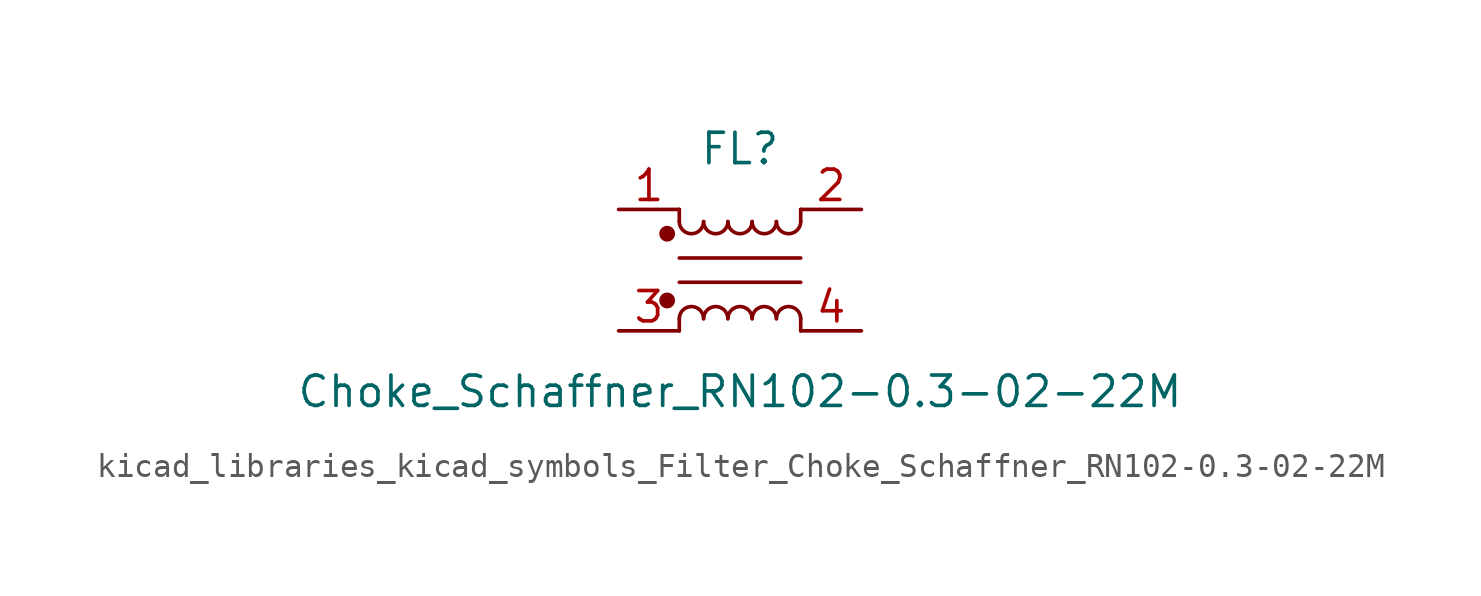
<source format=kicad_sym>
(kicad_symbol_lib
  (version 20220914)
  (generator kicad_symbol_editor)
  (symbol "kicad_libraries_kicad_symbols_Filter_Choke_Schaffner_RN102-0.3-02-22M"
    (pin_names hide)
    (property "Reference" "FL"
      (at 0 5.08 0)
      (effects (font (size 1.27 1.27))))
    (property "Value" "Choke_Schaffner_RN102-0.3-02-22M"
      (at 0 -5.08 0)
      (effects (font (size 1.27 1.27))))
    (symbol "kicad_libraries_kicad_symbols_Filter_Choke_Schaffner_RN102-0.3-02-22M_1_1"
      (circle (center -3.048 -1.27) (radius 0.254) (stroke (width 0) (type default)) (fill (type outline)))
      (circle (center -3.048 1.524) (radius 0.254) (stroke (width 0) (type default)) (fill (type outline)))
      (arc (start -2.54 2.032) (mid -2.032 1.5262) (end -1.524 2.032) (stroke (width 0) (type default)) (fill (type none)))
      (arc (start -1.524 -2.032) (mid -2.032 -1.5262) (end -2.54 -2.032) (stroke (width 0) (type default)) (fill (type none)))
      (arc (start -1.524 2.032) (mid -1.016 1.5262) (end -0.508 2.032) (stroke (width 0) (type default)) (fill (type none)))
      (arc (start -0.508 -2.032) (mid -1.016 -1.5262) (end -1.524 -2.032) (stroke (width 0) (type default)) (fill (type none)))
      (arc (start -0.508 2.032) (mid 0 1.5262) (end 0.508 2.032) (stroke (width 0) (type default)) (fill (type none)))
      (polyline (pts (xy -2.54 -2.032) (xy -2.54 -2.54)) (stroke (width 0) (type default)) (fill (type none)))
      (polyline (pts (xy -2.54 0.508) (xy 2.54 0.508)) (stroke (width 0) (type default)) (fill (type none)))
      (polyline (pts (xy -2.54 2.032) (xy -2.54 2.54)) (stroke (width 0) (type default)) (fill (type none)))
      (polyline (pts (xy 2.54 -2.032) (xy 2.54 -2.54)) (stroke (width 0) (type default)) (fill (type none)))
      (polyline (pts (xy 2.54 -0.508) (xy -2.54 -0.508)) (stroke (width 0) (type default)) (fill (type none)))
      (polyline (pts (xy 2.54 2.54) (xy 2.54 2.032)) (stroke (width 0) (type default)) (fill (type none)))
      (arc (start 0.508 -2.032) (mid 0 -1.5262) (end -0.508 -2.032) (stroke (width 0) (type default)) (fill (type none)))
      (arc (start 0.508 2.032) (mid 1.016 1.5262) (end 1.524 2.032) (stroke (width 0) (type default)) (fill (type none)))
      (arc (start 1.524 -2.032) (mid 1.016 -1.5262) (end 0.508 -2.032) (stroke (width 0) (type default)) (fill (type none)))
      (arc (start 1.524 2.032) (mid 2.032 1.5262) (end 2.54 2.032) (stroke (width 0) (type default)) (fill (type none)))
      (arc (start 2.54 -2.032) (mid 2.032 -1.5262) (end 1.524 -2.032) (stroke (width 0) (type default)) (fill (type none)))
      (pin passive line (at -5.08 2.54 0) (length 2.54) (name "1" (effects (font (size 1.27 1.27)))) (number "1" (effects (font (size 1.27 1.27)))))
      (pin passive line (at 5.08 2.54 180) (length 2.54) (name "2" (effects (font (size 1.27 1.27)))) (number "2" (effects (font (size 1.27 1.27)))))
      (pin passive line (at -5.08 -2.54 0) (length 2.54) (name "3" (effects (font (size 1.27 1.27)))) (number "3" (effects (font (size 1.27 1.27)))))
      (pin passive line (at 5.08 -2.54 180) (length 2.54) (name "4" (effects (font (size 1.27 1.27)))) (number "4" (effects (font (size 1.27 1.27))))))))
</source>
